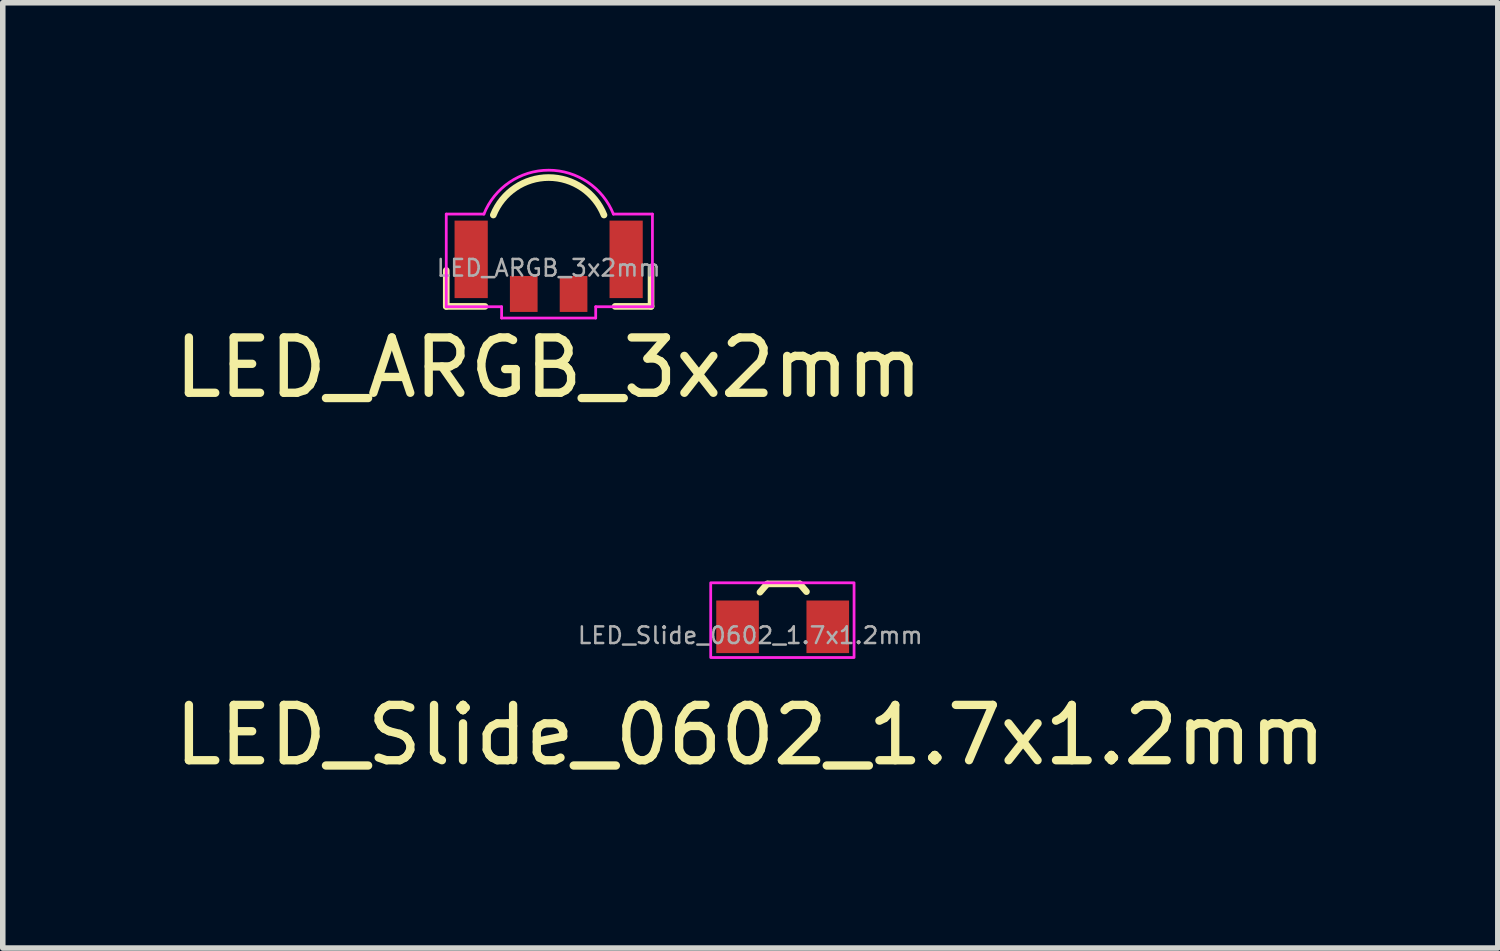
<source format=kicad_pcb>
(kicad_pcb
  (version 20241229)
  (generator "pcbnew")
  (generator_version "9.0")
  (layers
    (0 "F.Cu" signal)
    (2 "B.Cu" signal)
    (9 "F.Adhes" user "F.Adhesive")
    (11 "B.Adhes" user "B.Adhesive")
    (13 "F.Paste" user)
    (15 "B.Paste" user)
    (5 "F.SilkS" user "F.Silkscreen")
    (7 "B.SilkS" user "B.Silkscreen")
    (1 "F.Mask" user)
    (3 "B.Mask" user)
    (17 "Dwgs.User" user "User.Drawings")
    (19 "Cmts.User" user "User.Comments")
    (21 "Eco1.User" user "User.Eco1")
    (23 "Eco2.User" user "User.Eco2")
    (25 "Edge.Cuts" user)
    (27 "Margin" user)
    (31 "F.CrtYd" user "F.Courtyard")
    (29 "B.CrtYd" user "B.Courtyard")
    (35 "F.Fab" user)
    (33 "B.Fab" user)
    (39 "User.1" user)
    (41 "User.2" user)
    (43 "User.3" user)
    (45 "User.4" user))
  (footprint "LED_Slide_0602_1.7x1.2mm"
    (layer "F.Cu")
    (at 11.521 7.8)
    (property "Reference" "LED_Slide_0602_1.7x1.2mm" (at -1.015 2.431 0) (layer "F.SilkS") (effects (font (size 1 1) (thickness 0.15))))
    (attr smd)
    (fp_line (start -0.71 -0.3) (end -0.84 -0.15) (stroke (width 0.12) (type default)) (layer "F.SilkS"))
    (fp_line (start -0.69 -0.3) (end -0.12 -0.3) (stroke (width 0.12) (type solid)) (layer "F.SilkS"))
    (fp_line (start 0 -0.16) (end -0.12 -0.3) (stroke (width 0.12) (type default)) (layer "F.SilkS"))
    (fp_rect (start -1.73 -0.32) (end 0.86 1.03) (stroke (width 0.05) (type default)) (fill no) (layer "F.CrtYd"))
    (fp_text user "${REFERENCE}" (at -1.015 0.631 0) (layer "F.Fab") (effects (font (size 0.3 0.3) (thickness 0.045))))
    (pad "1" smd rect (at -1.245 0.475) (size 0.77 0.95) (layers "F.Cu" "F.Mask" "F.Paste"))
    (pad "2" smd rect (at 0.385 0.475) (size 0.77 0.95) (layers "F.Cu" "F.Mask" "F.Paste")))
  (footprint "LED_ARGB_3x2mm"
    (layer "F.Cu")
    (at 7.063 1.936)
    (property "Reference" "LED_ARGB_3x2mm" (at -0.2 1.656 0) (layer "F.SilkS") (effects (font (size 1 1) (thickness 0.15))))
    (attr smd)
    (fp_line (start -2.05 -0.1) (end -2.05 0.55) (stroke (width 0.12) (type solid)) (layer "F.SilkS"))
    (fp_line (start -2.05 0.55) (end -1.35 0.55) (stroke (width 0.12) (type solid)) (layer "F.SilkS"))
    (fp_line (start 1 0.55) (end 1.65 0.55) (stroke (width 0.12) (type solid)) (layer "F.SilkS"))
    (fp_line (start 1.65 0.55) (end 1.65 -0.15) (stroke (width 0.12) (type solid)) (layer "F.SilkS"))
    (fp_arc (start -1.2 -1.100967) (mid -0.2 -1.778) (end 0.8 -1.100967) (stroke (width 0.12) (type solid)) (layer "F.SilkS"))
    (fp_line (start -2.05 -1.118) (end -1.37 -1.118) (stroke (width 0.05) (type solid)) (layer "F.CrtYd"))
    (fp_line (start -2.05 0.556) (end -2.05 -1.118) (stroke (width 0.05) (type solid)) (layer "F.CrtYd"))
    (fp_line (start -2.05 0.556) (end -1.05 0.556) (stroke (width 0.05) (type solid)) (layer "F.CrtYd"))
    (fp_line (start -1.05 0.556) (end -1.05 0.76) (stroke (width 0.05) (type solid)) (layer "F.CrtYd"))
    (fp_line (start -1.05 0.76) (end 0.65 0.76) (stroke (width 0.05) (type solid)) (layer "F.CrtYd"))
    (fp_line (start 0.65 0.556) (end 1.675 0.556) (stroke (width 0.05) (type solid)) (layer "F.CrtYd"))
    (fp_line (start 0.65 0.76) (end 0.65 0.556) (stroke (width 0.05) (type solid)) (layer "F.CrtYd"))
    (fp_line (start 1.675 -1.118) (end 0.97 -1.118) (stroke (width 0.05) (type solid)) (layer "F.CrtYd"))
    (fp_line (start 1.675 0.556) (end 1.675 -1.118) (stroke (width 0.05) (type solid)) (layer "F.CrtYd"))
    (fp_arc (start -1.37 -1.1176) (mid -0.2 -1.91089) (end 0.97 -1.1176) (stroke (width 0.05) (type solid)) (layer "F.CrtYd"))
    (fp_text user "${REFERENCE}" (at -0.2 -0.144 0) (layer "F.Fab") (effects (font (size 0.3 0.3) (thickness 0.045))))
    (pad "1" smd rect (at -1.6 -0.3) (size 0.6 1.4) (layers "F.Cu" "F.Mask" "F.Paste"))
    (pad "2" smd rect (at -0.65 0.325) (size 0.5 0.65) (layers "F.Cu" "F.Mask" "F.Paste"))
    (pad "3" smd rect (at 0.25 0.325) (size 0.5 0.65) (layers "F.Cu" "F.Mask" "F.Paste"))
    (pad "4" smd rect (at 1.2 -0.3) (size 0.6 1.4) (layers "F.Cu" "F.Mask" "F.Paste")))
  (gr_rect
    (start -3 -3)
    (end 24.012 14.079)
    (stroke (width 0.1) (type default))
    (fill no)
    (layer "Edge.Cuts")))
</source>
